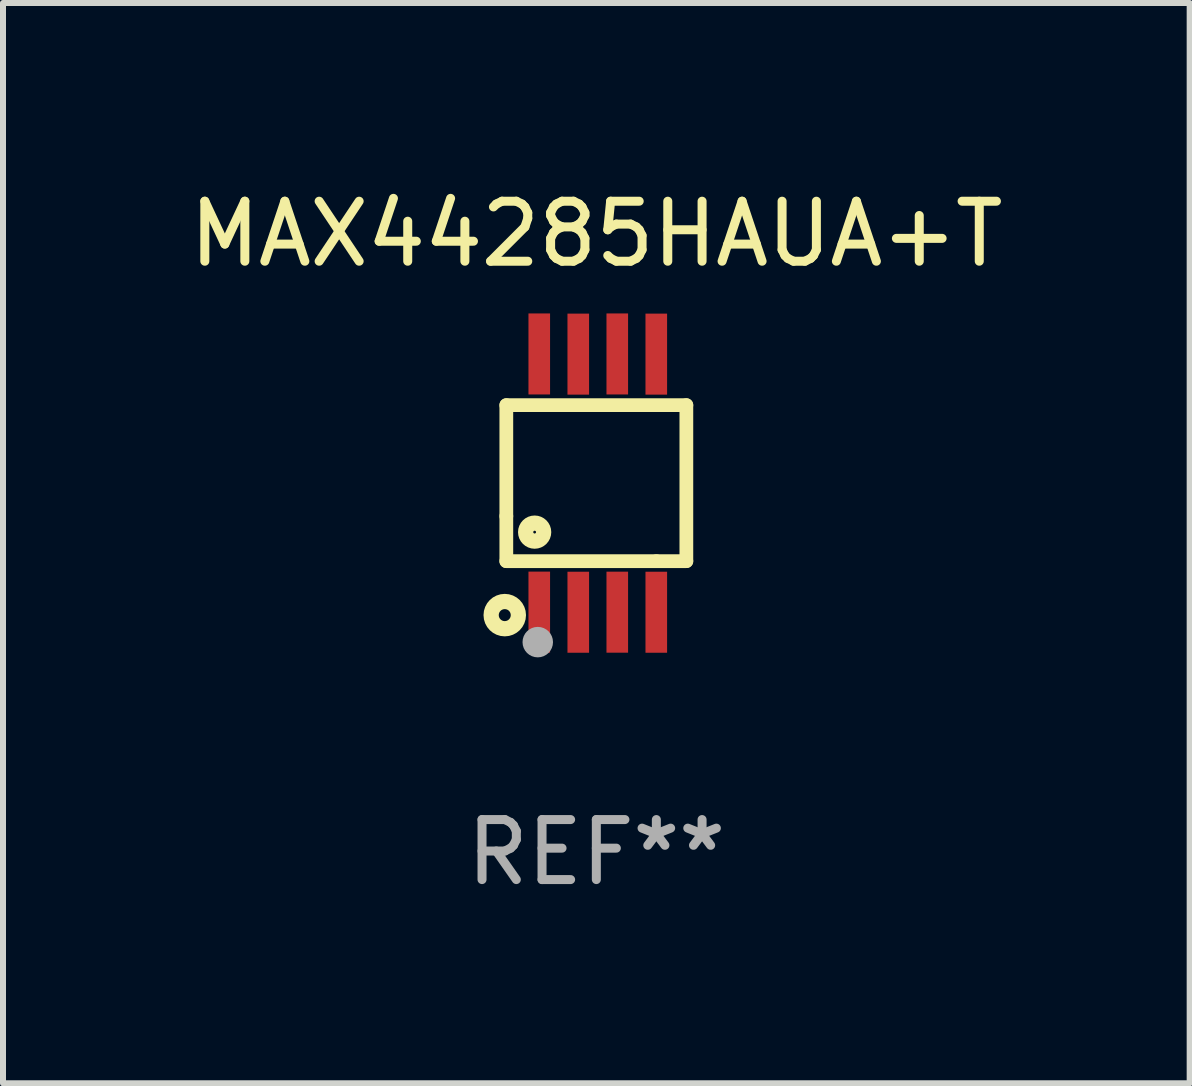
<source format=kicad_pcb>
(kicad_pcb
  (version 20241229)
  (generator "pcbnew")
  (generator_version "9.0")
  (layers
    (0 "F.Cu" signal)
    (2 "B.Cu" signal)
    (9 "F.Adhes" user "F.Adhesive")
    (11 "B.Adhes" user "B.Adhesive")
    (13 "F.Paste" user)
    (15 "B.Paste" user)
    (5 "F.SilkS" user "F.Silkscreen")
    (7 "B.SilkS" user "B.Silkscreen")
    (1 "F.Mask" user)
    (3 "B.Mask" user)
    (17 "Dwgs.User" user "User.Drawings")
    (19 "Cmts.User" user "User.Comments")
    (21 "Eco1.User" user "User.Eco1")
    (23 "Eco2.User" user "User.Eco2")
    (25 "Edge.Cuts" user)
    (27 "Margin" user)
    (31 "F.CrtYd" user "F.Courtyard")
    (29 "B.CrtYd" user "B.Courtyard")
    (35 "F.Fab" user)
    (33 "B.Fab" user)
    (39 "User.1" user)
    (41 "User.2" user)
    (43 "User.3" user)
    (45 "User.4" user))
  (footprint "MAX44285HAUA+T"
    (layer "F.Cu")
    (at 6.887 5)
    (property "Reference" "MAX44285HAUA+T" (at 0 -4.152 0) (layer "F.SilkS") (effects (font (size 1 1) (thickness 0.15))))
    (attr through_hole)
    (fp_line (start -1.5 1.301) (end 1 1.301) (stroke (width 0.229) (type solid)) (layer "F.SilkS"))
    (fp_line (start -1.5 -1.299) (end -1.5 0.551) (stroke (width 0.229) (type solid)) (layer "F.SilkS"))
    (fp_line (start -1.5 0.551) (end -1.5 1.301) (stroke (width 0.229) (type solid)) (layer "F.SilkS"))
    (fp_line (start 1 1.301) (end 1.5 1.301) (stroke (width 0.229) (type solid)) (layer "F.SilkS"))
    (fp_line (start 1.5 1.301) (end 1.5 -1.299) (stroke (width 0.229) (type solid)) (layer "F.SilkS"))
    (fp_line (start 1.5 -1.299) (end -1.5 -1.299) (stroke (width 0.229) (type solid)) (layer "F.SilkS"))
    (fp_circle (center -1.526 2.2) (end -1.426 2.2) (stroke (width 0.254) (type solid)) (fill no) (layer "F.SilkS"))
    (fp_circle (center -1.476 2.45) (end -1.446 2.45) (stroke (width 0.06) (type solid)) (fill no) (layer "F.SilkS"))
    (fp_circle (center -1.028 0.817) (end -0.878 0.817) (stroke (width 0.254) (type solid)) (fill no) (layer "F.SilkS"))
    (fp_circle (center -0.976 2.65) (end -0.849 2.65) (stroke (width 0.254) (type solid)) (fill no) (layer "F.Fab"))
    (fp_text user "REF**" (at 0 6.152 0) (layer "F.Fab") (effects (font (size 1 1) (thickness 0.15))))
    (pad "1" smd rect (at -0.951 2.15) (size 0.36 1.35) (layers "F.Cu" "F.Mask" "F.Paste"))
    (pad "2" smd rect (at -0.301 2.152) (size 0.36 1.35) (layers "F.Cu" "F.Mask" "F.Paste"))
    (pad "3" smd rect (at 0.349 2.151) (size 0.36 1.35) (layers "F.Cu" "F.Mask" "F.Paste"))
    (pad "4" smd rect (at 0.999 2.152) (size 0.36 1.35) (layers "F.Cu" "F.Mask" "F.Paste"))
    (pad "5" smd rect (at 0.999 -2.149) (size 0.36 1.35) (layers "F.Cu" "F.Mask" "F.Paste"))
    (pad "6" smd rect (at 0.349 -2.152) (size 0.36 1.35) (layers "F.Cu" "F.Mask" "F.Paste"))
    (pad "7" smd rect (at -0.301 -2.149) (size 0.36 1.35) (layers "F.Cu" "F.Mask" "F.Paste"))
    (pad "8" smd rect (at -0.951 -2.152) (size 0.36 1.35) (layers "F.Cu" "F.Mask" "F.Paste")))
  (gr_rect
    (start -3 -3)
    (end 16.774 15.001)
    (stroke (width 0.1) (type default))
    (fill no)
    (layer "Edge.Cuts")))
</source>
